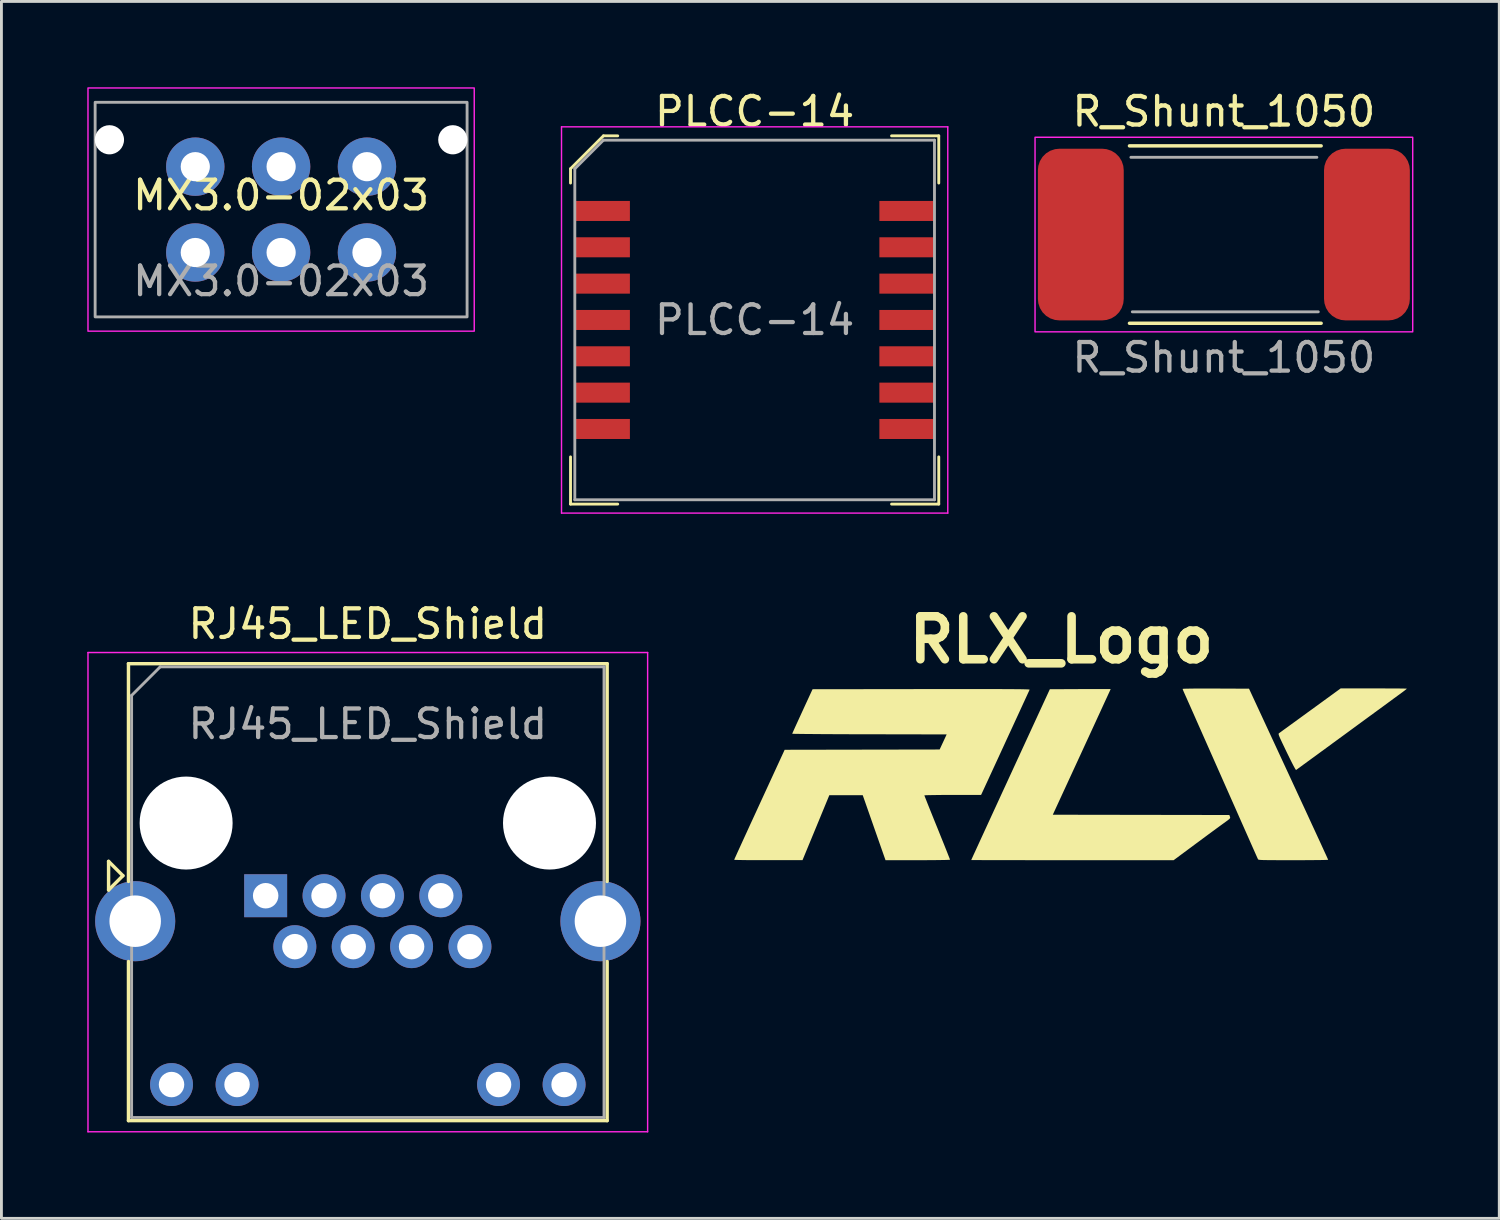
<source format=kicad_pcb>
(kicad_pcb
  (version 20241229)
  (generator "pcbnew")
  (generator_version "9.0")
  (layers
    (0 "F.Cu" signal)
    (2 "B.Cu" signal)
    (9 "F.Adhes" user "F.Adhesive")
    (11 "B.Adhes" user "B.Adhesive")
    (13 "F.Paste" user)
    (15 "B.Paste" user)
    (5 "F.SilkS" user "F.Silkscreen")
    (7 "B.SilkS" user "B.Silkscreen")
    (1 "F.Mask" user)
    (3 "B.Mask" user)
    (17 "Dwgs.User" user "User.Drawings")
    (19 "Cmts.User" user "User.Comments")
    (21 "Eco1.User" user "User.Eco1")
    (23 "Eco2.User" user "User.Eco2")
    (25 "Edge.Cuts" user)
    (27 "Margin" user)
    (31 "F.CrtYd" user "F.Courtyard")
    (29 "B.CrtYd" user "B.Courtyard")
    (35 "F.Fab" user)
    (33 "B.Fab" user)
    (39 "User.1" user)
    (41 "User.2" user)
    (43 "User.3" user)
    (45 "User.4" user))
  (footprint "R_Shunt_1050"
    (layer "F.Cu")
    (at 39.725 5.148)
    (property "Reference" "R_Shunt_1050" (at 0 -4.3 0) (unlocked yes) (layer "F.SilkS") (effects (font (size 1 1) (thickness 0.15))))
    (attr smd)
    (fp_line (start -3.3 3.1) (end 3.4 3.1) (stroke (width 0.12) (type default)) (layer "F.SilkS"))
    (fp_line (start 3.4 -3.1) (end -3.3 -3.1) (stroke (width 0.12) (type default)) (layer "F.SilkS"))
    (fp_rect (start -6.6 -3.4) (end 6.6 3.4) (stroke (width 0.05) (type default)) (fill no) (layer "F.CrtYd"))
    (fp_line (start -3.25 -2.7) (end 3.25 -2.7) (stroke (width 0.1) (type default)) (layer "F.Fab"))
    (fp_line (start -3.2 2.7) (end 3.3 2.7) (stroke (width 0.1) (type default)) (layer "F.Fab"))
    (fp_text user "${REFERENCE}" (at 0 4.3 0) (unlocked yes) (layer "F.Fab") (effects (font (size 1 1) (thickness 0.15))))
    (pad "1" smd roundrect (at -5 0) (size 3 6) (layers "F.Cu" "F.Mask" "F.Paste") (roundrect_rratio 0.25))
    (pad "2" smd roundrect (at 5 0) (size 3 6) (layers "F.Cu" "F.Mask" "F.Paste") (roundrect_rratio 0.25)))
  (footprint "RJ45_LED_Shield"
    (layer "F.Cu")
    (at 6.245 28.256)
    (property "Reference" "RJ45_LED_Shield" (at 3.56 -9.5 0) (layer "F.SilkS") (effects (font (size 1 1) (thickness 0.15))))
    (attr through_hole)
    (fp_line (start -5.5 -1.2) (end -5 -0.7) (stroke (width 0.12) (type solid)) (layer "F.SilkS"))
    (fp_line (start -5.5 -0.2) (end -5.5 -1.2) (stroke (width 0.12) (type solid)) (layer "F.SilkS"))
    (fp_line (start -5 -0.7) (end -5.5 -0.2) (stroke (width 0.12) (type solid)) (layer "F.SilkS"))
    (fp_line (start -4.805 -8.11) (end -4.805 -0.5) (stroke (width 0.12) (type solid)) (layer "F.SilkS"))
    (fp_line (start -4.805 -8.11) (end 11.925 -8.11) (stroke (width 0.12) (type solid)) (layer "F.SilkS"))
    (fp_line (start -4.805 7.86) (end -4.805 2.3) (stroke (width 0.12) (type solid)) (layer "F.SilkS"))
    (fp_line (start -4.805 7.86) (end 11.925 7.86) (stroke (width 0.12) (type solid)) (layer "F.SilkS"))
    (fp_line (start 11.925 -8.11) (end 11.925 -0.5) (stroke (width 0.12) (type solid)) (layer "F.SilkS"))
    (fp_line (start 11.925 7.86) (end 11.925 2.3) (stroke (width 0.12) (type solid)) (layer "F.SilkS"))
    (fp_line (start -6.22 -8.5) (end -6.22 8.25) (stroke (width 0.05) (type solid)) (layer "F.CrtYd"))
    (fp_line (start -6.22 -8.5) (end 13.34 -8.5) (stroke (width 0.05) (type solid)) (layer "F.CrtYd"))
    (fp_line (start -6.22 8.25) (end 13.34 8.25) (stroke (width 0.05) (type solid)) (layer "F.CrtYd"))
    (fp_line (start 13.34 -8.5) (end 13.34 8.25) (stroke (width 0.05) (type solid)) (layer "F.CrtYd"))
    (fp_line (start -4.695 -7) (end -4.695 7.75) (stroke (width 0.1) (type solid)) (layer "F.Fab"))
    (fp_line (start -4.695 -7) (end -3.695 -8) (stroke (width 0.1) (type solid)) (layer "F.Fab"))
    (fp_line (start -4.695 7.75) (end 11.815 7.75) (stroke (width 0.1) (type solid)) (layer "F.Fab"))
    (fp_line (start -3.695 -8) (end 11.815 -8) (stroke (width 0.1) (type solid)) (layer "F.Fab"))
    (fp_line (start 11.815 -8) (end 11.815 7.75) (stroke (width 0.1) (type solid)) (layer "F.Fab"))
    (fp_text user "${REFERENCE}" (at 3.56 -6 0) (layer "F.Fab") (effects (font (size 1 1) (thickness 0.15))))
    (pad "" np_thru_hole circle (at -2.79 -2.54) (size 3.25 3.25) (drill 3.25) (layers "*.Cu" "*.Mask"))
    (pad "" np_thru_hole circle (at 9.91 -2.54) (size 3.25 3.25) (drill 3.25) (layers "*.Cu" "*.Mask"))
    (pad "1" thru_hole rect (at -0.01 0) (size 1.5 1.5) (drill 0.89) (layers "*.Cu" "*.Mask"))
    (pad "2" thru_hole circle (at 1.01 1.78) (size 1.5 1.5) (drill 0.89) (layers "*.Cu" "*.Mask"))
    (pad "3" thru_hole circle (at 2.03 0) (size 1.5 1.5) (drill 0.89) (layers "*.Cu" "*.Mask"))
    (pad "4" thru_hole circle (at 3.05 1.78) (size 1.5 1.5) (drill 0.89) (layers "*.Cu" "*.Mask"))
    (pad "5" thru_hole circle (at 4.07 0) (size 1.5 1.5) (drill 0.89) (layers "*.Cu" "*.Mask"))
    (pad "6" thru_hole circle (at 5.09 1.78) (size 1.5 1.5) (drill 0.89) (layers "*.Cu" "*.Mask"))
    (pad "7" thru_hole circle (at 6.11 0) (size 1.5 1.5) (drill 0.89) (layers "*.Cu" "*.Mask"))
    (pad "8" thru_hole circle (at 7.13 1.78) (size 1.5 1.5) (drill 0.89) (layers "*.Cu" "*.Mask"))
    (pad "9" thru_hole circle (at -3.3 6.6) (size 1.5 1.5) (drill 0.89) (layers "*.Cu" "*.Mask"))
    (pad "10" thru_hole circle (at -1.01 6.6) (size 1.5 1.5) (drill 0.89) (layers "*.Cu" "*.Mask"))
    (pad "11" thru_hole circle (at 8.13 6.6) (size 1.5 1.5) (drill 0.89) (layers "*.Cu" "*.Mask"))
    (pad "12" thru_hole circle (at 10.42 6.6) (size 1.5 1.5) (drill 0.89) (layers "*.Cu" "*.Mask"))
    (pad "SH" thru_hole circle (at -4.57 0.89) (size 2.8 2.8) (drill 1.8) (layers "*.Cu" "*.Mask"))
    (pad "SH" thru_hole circle (at 11.69 0.89) (size 2.8 2.8) (drill 1.8) (layers "*.Cu" "*.Mask")))
  (footprint "MX3.0-02x03"
    (layer "F.Cu")
    (at 6.775 4.275)
    (property "Reference" "MX3.0-02x03" (at 0 -0.5 0) (unlocked yes) (layer "F.SilkS") (effects (font (size 1 1) (thickness 0.15))))
    (attr through_hole)
    (fp_rect (start -6.75 -4.25) (end 6.75 4.25) (stroke (width 0.05) (type default)) (fill no) (layer "F.CrtYd"))
    (fp_rect (start -6.5 -3.75) (end 6.5 3.75) (stroke (width 0.1) (type default)) (fill no) (layer "F.Fab"))
    (fp_text user "${REFERENCE}" (at 0 2.5 0) (unlocked yes) (layer "F.Fab") (effects (font (size 1 1) (thickness 0.15))))
    (pad "" np_thru_hole circle (at -6 -2.44) (size 1.02 1.02) (drill 1.02) (layers "*.Cu" "*.Mask"))
    (pad "" np_thru_hole circle (at 6 -2.44) (size 1.02 1.02) (drill 1.02) (layers "*.Cu" "*.Mask"))
    (pad "1" thru_hole circle (at -3 -1.5) (size 2.04 2.04) (drill 1.02) (layers "*.Cu" "*.Mask"))
    (pad "2" thru_hole circle (at -3 1.5) (size 2.04 2.04) (drill 1.02) (layers "*.Cu" "*.Mask"))
    (pad "3" thru_hole circle (at 0 -1.5) (size 2.04 2.04) (drill 1.02) (layers "*.Cu" "*.Mask"))
    (pad "4" thru_hole circle (at 0 1.5) (size 2.04 2.04) (drill 1.02) (layers "*.Cu" "*.Mask"))
    (pad "5" thru_hole circle (at 3 -1.5) (size 2.04 2.04) (drill 1.02) (layers "*.Cu" "*.Mask"))
    (pad "6" thru_hole circle (at 3 1.5) (size 2.04 2.04) (drill 1.02) (layers "*.Cu" "*.Mask")))
  (footprint "PLCC-14"
    (layer "F.Cu")
    (at 23.325 8.133)
    (property "Reference" "PLCC-14" (at 0 -7.285 0) (layer "F.SilkS") (effects (font (size 1 1) (thickness 0.15))))
    (attr smd)
    (fp_line (start -6.435 -5.285) (end -6.435 -4.785) (stroke (width 0.1) (type solid)) (layer "F.SilkS"))
    (fp_line (start -6.435 6.435) (end -6.435 4.785) (stroke (width 0.1) (type solid)) (layer "F.SilkS"))
    (fp_line (start -5.285 -6.435) (end -6.435 -5.285) (stroke (width 0.1) (type solid)) (layer "F.SilkS"))
    (fp_line (start -4.785 -6.435) (end -5.285 -6.435) (stroke (width 0.1) (type solid)) (layer "F.SilkS"))
    (fp_line (start -4.785 6.435) (end -6.435 6.435) (stroke (width 0.1) (type solid)) (layer "F.SilkS"))
    (fp_line (start 4.785 -6.435) (end 6.435 -6.435) (stroke (width 0.1) (type solid)) (layer "F.SilkS"))
    (fp_line (start 4.785 6.435) (end 6.435 6.435) (stroke (width 0.1) (type solid)) (layer "F.SilkS"))
    (fp_line (start 6.435 -6.435) (end 6.435 -4.785) (stroke (width 0.1) (type solid)) (layer "F.SilkS"))
    (fp_line (start 6.435 6.435) (end 6.435 4.785) (stroke (width 0.1) (type solid)) (layer "F.SilkS"))
    (fp_line (start -6.75 -6.75) (end -6.75 6.75) (stroke (width 0.05) (type solid)) (layer "F.CrtYd"))
    (fp_line (start -6.75 6.75) (end 6.75 6.75) (stroke (width 0.05) (type solid)) (layer "F.CrtYd"))
    (fp_line (start 6.75 -6.75) (end -6.75 -6.75) (stroke (width 0.05) (type solid)) (layer "F.CrtYd"))
    (fp_line (start 6.75 6.75) (end 6.75 -6.75) (stroke (width 0.05) (type solid)) (layer "F.CrtYd"))
    (fp_line (start -6.285 -5.285) (end -6.285 6.285) (stroke (width 0.1) (type solid)) (layer "F.Fab"))
    (fp_line (start -6.285 6.285) (end 6.285 6.285) (stroke (width 0.1) (type solid)) (layer "F.Fab"))
    (fp_line (start -5.285 -6.285) (end -6.285 -5.285) (stroke (width 0.1) (type solid)) (layer "F.Fab"))
    (fp_line (start 6.285 -6.285) (end -5.285 -6.285) (stroke (width 0.1) (type solid)) (layer "F.Fab"))
    (fp_line (start 6.285 6.285) (end 6.285 -6.285) (stroke (width 0.1) (type solid)) (layer "F.Fab"))
    (fp_text user "${REFERENCE}" (at 0 0 0) (layer "F.Fab") (effects (font (size 1 1) (thickness 0.15))))
    (pad "1" smd rect (at -5.322 -3.81) (size 1.925 0.7) (layers "F.Cu" "F.Mask" "F.Paste"))
    (pad "2" smd rect (at -5.322 -2.54) (size 1.925 0.7) (layers "F.Cu" "F.Mask" "F.Paste"))
    (pad "3" smd rect (at -5.322 -1.27) (size 1.925 0.7) (layers "F.Cu" "F.Mask" "F.Paste"))
    (pad "4" smd rect (at -5.322 0) (size 1.925 0.7) (layers "F.Cu" "F.Mask" "F.Paste"))
    (pad "5" smd rect (at -5.322 1.27) (size 1.925 0.7) (layers "F.Cu" "F.Mask" "F.Paste"))
    (pad "6" smd rect (at -5.322 2.54) (size 1.925 0.7) (layers "F.Cu" "F.Mask" "F.Paste"))
    (pad "7" smd rect (at -5.322 3.81) (size 1.925 0.7) (layers "F.Cu" "F.Mask" "F.Paste"))
    (pad "8" smd rect (at 5.322 3.81) (size 1.925 0.7) (layers "F.Cu" "F.Mask" "F.Paste"))
    (pad "9" smd rect (at 5.322 2.54) (size 1.925 0.7) (layers "F.Cu" "F.Mask" "F.Paste"))
    (pad "10" smd rect (at 5.322 1.27) (size 1.925 0.7) (layers "F.Cu" "F.Mask" "F.Paste"))
    (pad "11" smd rect (at 5.322 0) (size 1.925 0.7) (layers "F.Cu" "F.Mask" "F.Paste"))
    (pad "12" smd rect (at 5.322 -1.27) (size 1.925 0.7) (layers "F.Cu" "F.Mask" "F.Paste"))
    (pad "13" smd rect (at 5.322 -2.54) (size 1.925 0.7) (layers "F.Cu" "F.Mask" "F.Paste"))
    (pad "14" smd rect (at 5.322 -3.81) (size 1.925 0.7) (layers "F.Cu" "F.Mask" "F.Paste")))
  (footprint "RLX_Logo"
    (layer "F.Cu")
    (at 34.345 24.012)
    (property "Reference" "RLX_Logo" (at -0.3 -4.7 0) (layer "F.SilkS") (effects (font (size 1.5 1.5) (thickness 0.3))))
    (attr board_only exclude_from_pos_files exclude_from_bom)
    (fp_poly (pts (xy 10.826 -3.002) (xy 11.022 -3.001) (xy 11.203 -3.001) (xy 11.365 -3) (xy 11.505 -2.999) (xy 11.619 -2.997) (xy 11.704 -2.996) (xy 11.757 -2.994) (xy 11.774 -2.992) (xy 11.759 -2.977) (xy 11.72 -2.945) (xy 11.664 -2.902) (xy 11.633 -2.879) (xy 11.48 -2.767) (xy 11.31 -2.643) (xy 11.127 -2.508) (xy 10.931 -2.364) (xy 10.725 -2.214) (xy 10.512 -2.058) (xy 10.293 -1.898) (xy 10.072 -1.736) (xy 9.85 -1.573) (xy 9.629 -1.411) (xy 9.411 -1.252) (xy 9.2 -1.098) (xy 8.997 -0.949) (xy 8.804 -0.808) (xy 8.624 -0.676) (xy 8.459 -0.556) (xy 8.311 -0.448) (xy 8.182 -0.354) (xy 8.075 -0.275) (xy 7.992 -0.215) (xy 7.935 -0.173) (xy 7.906 -0.153) (xy 7.903 -0.151) (xy 7.889 -0.165) (xy 7.861 -0.211) (xy 7.818 -0.289) (xy 7.763 -0.395) (xy 7.697 -0.526) (xy 7.621 -0.681) (xy 7.576 -0.773) (xy 7.496 -0.94) (xy 7.431 -1.075) (xy 7.381 -1.182) (xy 7.343 -1.264) (xy 7.317 -1.326) (xy 7.301 -1.369) (xy 7.294 -1.398) (xy 7.293 -1.417) (xy 7.299 -1.428) (xy 7.304 -1.433) (xy 7.326 -1.449) (xy 7.376 -1.485) (xy 7.452 -1.541) (xy 7.552 -1.613) (xy 7.673 -1.701) (xy 7.812 -1.802) (xy 7.966 -1.914) (xy 8.133 -2.035) (xy 8.309 -2.164) (xy 8.401 -2.23) (xy 9.462 -3.002) (xy 10.618 -3.002)) (stroke (width 0) (type solid)) (fill yes) (layer "F.SilkS"))
    (fp_poly (pts (xy 1.2 -2.98) (xy 1.303 -2.98) (xy 1.377 -2.979) (xy 1.417 -2.978) (xy 1.423 -2.978) (xy 1.415 -2.96) (xy 1.392 -2.909) (xy 1.354 -2.826) (xy 1.303 -2.715) (xy 1.239 -2.577) (xy 1.164 -2.414) (xy 1.079 -2.228) (xy 0.984 -2.022) (xy 0.881 -1.798) (xy 0.77 -1.557) (xy 0.653 -1.303) (xy 0.53 -1.036) (xy 0.412 -0.78) (xy -0.599 1.413) (xy 2.486 1.418) (xy 5.571 1.423) (xy 5.592 1.481) (xy 5.599 1.504) (xy 5.598 1.524) (xy 5.587 1.545) (xy 5.559 1.572) (xy 5.512 1.61) (xy 5.44 1.662) (xy 5.374 1.71) (xy 5.309 1.757) (xy 5.217 1.824) (xy 5.102 1.908) (xy 4.97 2.005) (xy 4.823 2.113) (xy 4.668 2.228) (xy 4.508 2.347) (xy 4.38 2.441) (xy 3.624 3.002) (xy 0.087 3.002) (xy -0.281 3.002) (xy -0.639 3.002) (xy -0.984 3.002) (xy -1.315 3.002) (xy -1.629 3.001) (xy -1.925 3.001) (xy -2.2 3.001) (xy -2.454 3) (xy -2.683 3) (xy -2.886 2.999) (xy -3.061 2.999) (xy -3.206 2.998) (xy -3.319 2.998) (xy -3.399 2.997) (xy -3.442 2.997) (xy -3.45 2.996) (xy -3.442 2.978) (xy -3.419 2.927) (xy -3.381 2.843) (xy -3.329 2.73) (xy -3.264 2.589) (xy -3.187 2.421) (xy -3.099 2.229) (xy -3 2.014) (xy -2.892 1.779) (xy -2.775 1.525) (xy -2.65 1.253) (xy -2.518 0.967) (xy -2.38 0.666) (xy -2.236 0.355) (xy -2.088 0.033) (xy -2.077 0.009) (xy -0.703 -2.973) (xy 0.36 -2.978) (xy 0.56 -2.979) (xy 0.747 -2.979) (xy 0.918 -2.98) (xy 1.071 -2.98)) (stroke (width 0) (type solid)) (fill yes) (layer "F.SilkS"))
    (fp_poly (pts (xy 4.93 -2.998) (xy 5.098 -2.997) (xy 6.259 -2.992) (xy 7.642 -0.01) (xy 7.791 0.312) (xy 7.936 0.625) (xy 8.075 0.926) (xy 8.209 1.214) (xy 8.335 1.487) (xy 8.453 1.744) (xy 8.563 1.981) (xy 8.663 2.198) (xy 8.753 2.392) (xy 8.831 2.563) (xy 8.897 2.707) (xy 8.951 2.823) (xy 8.99 2.91) (xy 9.015 2.965) (xy 9.025 2.987) (xy 9.025 2.987) (xy 9.006 2.99) (xy 8.951 2.992) (xy 8.865 2.995) (xy 8.749 2.997) (xy 8.607 2.998) (xy 8.443 3) (xy 8.259 3.001) (xy 8.06 3.002) (xy 7.848 3.002) (xy 7.808 3.002) (xy 7.559 3.002) (xy 7.347 3.002) (xy 7.168 3.001) (xy 7.019 3.001) (xy 6.897 2.999) (xy 6.801 2.998) (xy 6.726 2.996) (xy 6.67 2.993) (xy 6.629 2.989) (xy 6.602 2.985) (xy 6.586 2.98) (xy 6.576 2.973) (xy 6.572 2.968) (xy 6.562 2.946) (xy 6.537 2.891) (xy 6.498 2.804) (xy 6.446 2.687) (xy 6.382 2.543) (xy 6.306 2.372) (xy 6.22 2.177) (xy 6.124 1.961) (xy 6.019 1.724) (xy 5.906 1.469) (xy 5.786 1.197) (xy 5.659 0.911) (xy 5.527 0.613) (xy 5.39 0.304) (xy 5.316 0.136) (xy 5.176 -0.18) (xy 5.04 -0.487) (xy 4.908 -0.785) (xy 4.782 -1.07) (xy 4.662 -1.341) (xy 4.549 -1.596) (xy 4.444 -1.832) (xy 4.349 -2.048) (xy 4.263 -2.242) (xy 4.188 -2.411) (xy 4.124 -2.554) (xy 4.074 -2.668) (xy 4.036 -2.752) (xy 4.014 -2.802) (xy 4.008 -2.814) (xy 3.976 -2.886) (xy 3.952 -2.944) (xy 3.939 -2.979) (xy 3.938 -2.985) (xy 3.957 -2.988) (xy 4.012 -2.991) (xy 4.1 -2.993) (xy 4.218 -2.995) (xy 4.363 -2.997) (xy 4.532 -2.998) (xy 4.722 -2.998)) (stroke (width 0) (type solid)) (fill yes) (layer "F.SilkS"))
    (fp_poly (pts (xy -3.223 -2.979) (xy -2.93 -2.979) (xy -2.667 -2.978) (xy -2.434 -2.978) (xy -2.229 -2.977) (xy -2.05 -2.976) (xy -1.897 -2.975) (xy -1.767 -2.974) (xy -1.66 -2.972) (xy -1.574 -2.97) (xy -1.507 -2.968) (xy -1.459 -2.966) (xy -1.428 -2.963) (xy -1.412 -2.96) (xy -1.409 -2.958) (xy -1.418 -2.938) (xy -1.442 -2.886) (xy -1.48 -2.804) (xy -1.53 -2.695) (xy -1.591 -2.563) (xy -1.662 -2.409) (xy -1.741 -2.237) (xy -1.827 -2.05) (xy -1.919 -1.851) (xy -2.015 -1.642) (xy -2.115 -1.426) (xy -2.216 -1.207) (xy -2.317 -0.987) (xy -2.418 -0.768) (xy -2.516 -0.555) (xy -2.611 -0.349) (xy -2.701 -0.154) (xy -2.785 0.027) (xy -2.861 0.193) (xy -2.929 0.339) (xy -2.986 0.463) (xy -3.031 0.561) (xy -3.064 0.632) (xy -3.083 0.673) (xy -3.085 0.677) (xy -3.106 0.721) (xy -4.097 0.721) (xy -4.289 0.722) (xy -4.469 0.722) (xy -4.633 0.724) (xy -4.778 0.726) (xy -4.899 0.728) (xy -4.993 0.73) (xy -5.057 0.733) (xy -5.086 0.736) (xy -5.088 0.737) (xy -5.081 0.757) (xy -5.06 0.811) (xy -5.027 0.894) (xy -4.984 1.004) (xy -4.931 1.137) (xy -4.869 1.291) (xy -4.8 1.462) (xy -4.726 1.647) (xy -4.646 1.843) (xy -4.639 1.86) (xy -4.56 2.057) (xy -4.485 2.244) (xy -4.415 2.416) (xy -4.353 2.572) (xy -4.299 2.707) (xy -4.255 2.819) (xy -4.221 2.905) (xy -4.199 2.961) (xy -4.191 2.985) (xy -4.191 2.985) (xy -4.21 2.988) (xy -4.265 2.991) (xy -4.351 2.994) (xy -4.467 2.996) (xy -4.607 2.998) (xy -4.77 3) (xy -4.951 3.001) (xy -5.147 3.002) (xy -5.319 3.002) (xy -6.446 3.002) (xy -6.844 1.867) (xy -7.242 0.731) (xy -7.826 0.731) (xy -8.41 0.731) (xy -8.878 1.866) (xy -9.347 3.001) (xy -10.541 3.001) (xy -10.753 3.001) (xy -10.953 3.001) (xy -11.137 3) (xy -11.303 2.999) (xy -11.447 2.997) (xy -11.565 2.995) (xy -11.655 2.993) (xy -11.712 2.991) (xy -11.735 2.988) (xy -11.735 2.988) (xy -11.727 2.969) (xy -11.704 2.916) (xy -11.666 2.833) (xy -11.616 2.721) (xy -11.553 2.584) (xy -11.479 2.422) (xy -11.395 2.238) (xy -11.302 2.036) (xy -11.202 1.816) (xy -11.094 1.582) (xy -10.98 1.335) (xy -10.862 1.078) (xy -10.853 1.058) (xy -9.971 -0.857) (xy -7.262 -0.862) (xy -4.554 -0.867) (xy -4.431 -1.131) (xy -4.309 -1.394) (xy -7.008 -1.399) (xy -7.329 -1.399) (xy -7.639 -1.4) (xy -7.936 -1.401) (xy -8.218 -1.402) (xy -8.482 -1.404) (xy -8.727 -1.405) (xy -8.949 -1.407) (xy -9.148 -1.408) (xy -9.319 -1.41) (xy -9.463 -1.412) (xy -9.575 -1.413) (xy -9.654 -1.415) (xy -9.698 -1.417) (xy -9.707 -1.418) (xy -9.699 -1.438) (xy -9.676 -1.49) (xy -9.64 -1.57) (xy -9.593 -1.675) (xy -9.536 -1.799) (xy -9.471 -1.941) (xy -9.4 -2.096) (xy -9.351 -2.203) (xy -8.996 -2.973) (xy -5.197 -2.978) (xy -4.73 -2.978) (xy -4.3 -2.979) (xy -3.907 -2.979) (xy -3.548 -2.979)) (stroke (width 0) (type solid)) (fill yes) (layer "F.SilkS")))
  (gr_rect
    (start -3 -3)
    (end 49.35 39.532)
    (stroke (width 0.1) (type default))
    (fill no)
    (layer "Edge.Cuts")))
</source>
